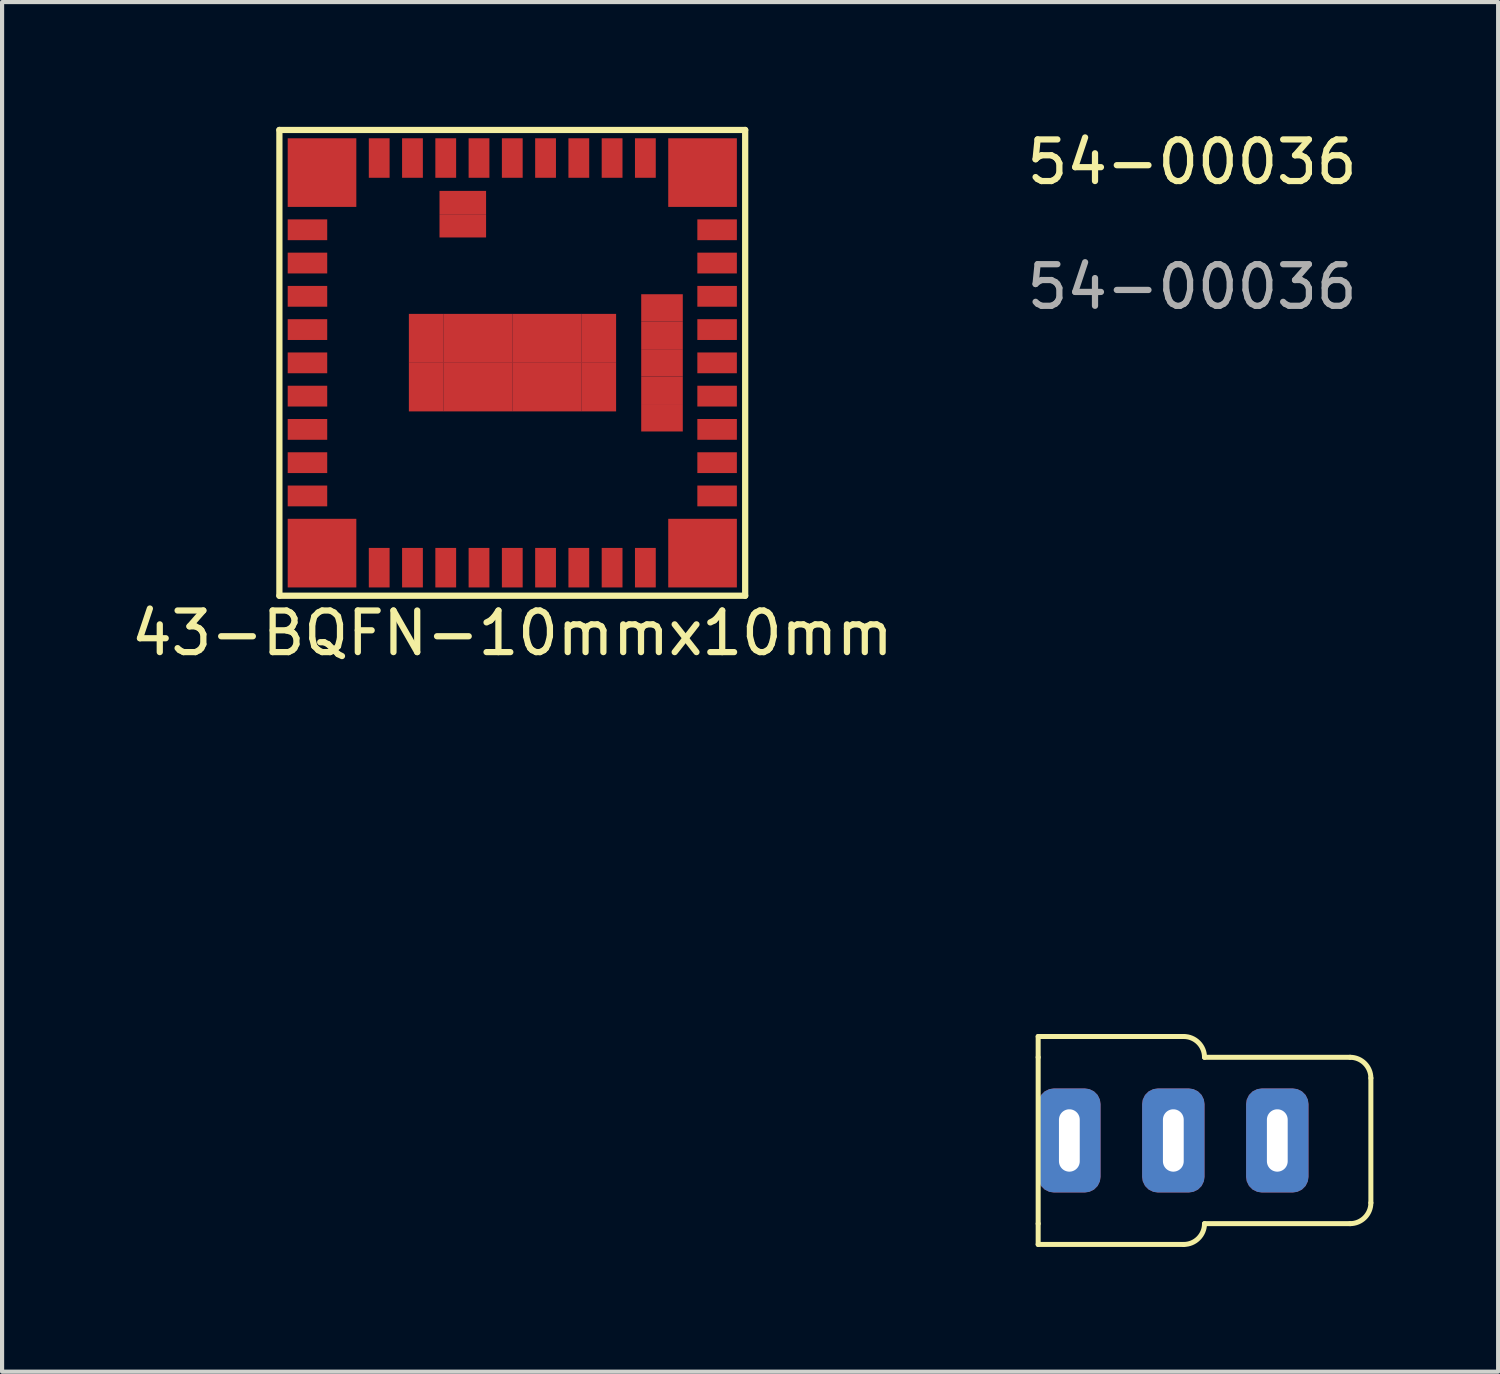
<source format=kicad_pcb>
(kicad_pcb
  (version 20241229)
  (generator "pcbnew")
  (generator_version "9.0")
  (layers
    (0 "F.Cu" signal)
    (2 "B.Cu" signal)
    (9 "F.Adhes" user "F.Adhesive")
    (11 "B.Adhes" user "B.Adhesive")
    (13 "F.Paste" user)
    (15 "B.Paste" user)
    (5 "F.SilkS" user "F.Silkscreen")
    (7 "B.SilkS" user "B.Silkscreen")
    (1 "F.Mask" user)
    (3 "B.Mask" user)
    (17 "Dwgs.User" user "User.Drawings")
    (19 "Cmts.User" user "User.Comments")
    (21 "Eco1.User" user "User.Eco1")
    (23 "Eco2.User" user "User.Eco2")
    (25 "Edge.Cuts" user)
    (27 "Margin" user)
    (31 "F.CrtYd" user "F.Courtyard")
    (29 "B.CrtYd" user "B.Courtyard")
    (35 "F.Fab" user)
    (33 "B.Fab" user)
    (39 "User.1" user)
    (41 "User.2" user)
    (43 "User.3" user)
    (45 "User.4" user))
  (footprint "43-BQFN-10mmx10mm"
    (layer "F.Cu")
    (at 9.268 5.675)
    (property "Reference" "43-BQFN-10mmx10mm" (at 0 6.5 0) (layer "F.SilkS") (effects (font (size 1 1) (thickness 0.15))))
    (attr through_hole)
    (fp_line (start -5.6 -5.6) (end -5.6 5.6) (stroke (width 0.15) (type solid)) (layer "F.SilkS"))
    (fp_line (start -5.6 5.6) (end 5.6 5.6) (stroke (width 0.15) (type solid)) (layer "F.SilkS"))
    (fp_line (start 5.6 -5.6) (end -5.6 -5.6) (stroke (width 0.15) (type solid)) (layer "F.SilkS"))
    (fp_line (start 5.6 5.6) (end 5.6 -5.6) (stroke (width 0.15) (type solid)) (layer "F.SilkS"))
    (pad "1" smd rect (at -4.575 4.575) (size 1.65 1.65) (layers "F.Cu" "F.Mask" "F.Paste"))
    (pad "2" smd rect (at -3.2 4.925) (size 0.5 0.95) (layers "F.Cu" "F.Mask" "F.Paste"))
    (pad "3" smd rect (at -2.4 4.925) (size 0.5 0.95) (layers "F.Cu" "F.Mask" "F.Paste"))
    (pad "4" smd rect (at -1.6 4.925) (size 0.5 0.95) (layers "F.Cu" "F.Mask" "F.Paste"))
    (pad "5" smd rect (at -0.8 4.925) (size 0.5 0.95) (layers "F.Cu" "F.Mask" "F.Paste"))
    (pad "6" smd rect (at 0 4.925) (size 0.5 0.95) (layers "F.Cu" "F.Mask" "F.Paste"))
    (pad "7" smd rect (at 0.8 4.925) (size 0.5 0.95) (layers "F.Cu" "F.Mask" "F.Paste"))
    (pad "8" smd rect (at 1.6 4.925) (size 0.5 0.95) (layers "F.Cu" "F.Mask" "F.Paste"))
    (pad "9" smd rect (at 2.4 4.925) (size 0.5 0.95) (layers "F.Cu" "F.Mask" "F.Paste"))
    (pad "10" smd rect (at 3.2 4.925) (size 0.5 0.95) (layers "F.Cu" "F.Mask" "F.Paste"))
    (pad "11" smd rect (at 4.575 4.575) (size 1.65 1.65) (layers "F.Cu" "F.Mask" "F.Paste"))
    (pad "12" smd rect (at 4.925 3.2 90) (size 0.5 0.95) (layers "F.Cu" "F.Mask" "F.Paste"))
    (pad "13" smd rect (at 4.925 2.4 90) (size 0.5 0.95) (layers "F.Cu" "F.Mask" "F.Paste"))
    (pad "14" smd rect (at 4.925 1.6 90) (size 0.5 0.95) (layers "F.Cu" "F.Mask" "F.Paste"))
    (pad "15" smd rect (at 4.925 0.8 90) (size 0.5 0.95) (layers "F.Cu" "F.Mask" "F.Paste"))
    (pad "16" smd rect (at 4.925 0 90) (size 0.5 0.95) (layers "F.Cu" "F.Mask" "F.Paste"))
    (pad "17" smd rect (at 4.925 -0.8 90) (size 0.5 0.95) (layers "F.Cu" "F.Mask" "F.Paste"))
    (pad "18" smd rect (at 4.925 -1.6 90) (size 0.5 0.95) (layers "F.Cu" "F.Mask" "F.Paste"))
    (pad "19" smd rect (at 4.925 -2.4 90) (size 0.5 0.95) (layers "F.Cu" "F.Mask" "F.Paste"))
    (pad "20" smd rect (at 4.925 -3.2 90) (size 0.5 0.95) (layers "F.Cu" "F.Mask" "F.Paste"))
    (pad "21" smd rect (at 4.575 -4.575) (size 1.65 1.65) (layers "F.Cu" "F.Mask" "F.Paste"))
    (pad "22" smd rect (at 3.2 -4.925) (size 0.5 0.95) (layers "F.Cu" "F.Mask" "F.Paste"))
    (pad "23" smd rect (at 2.4 -4.925) (size 0.5 0.95) (layers "F.Cu" "F.Mask" "F.Paste"))
    (pad "24" smd rect (at 1.6 -4.925) (size 0.5 0.95) (layers "F.Cu" "F.Mask" "F.Paste"))
    (pad "25" smd rect (at 0.8 -4.925) (size 0.5 0.95) (layers "F.Cu" "F.Mask" "F.Paste"))
    (pad "26" smd rect (at 0 -4.925) (size 0.5 0.95) (layers "F.Cu" "F.Mask" "F.Paste"))
    (pad "27" smd rect (at -0.8 -4.925) (size 0.5 0.95) (layers "F.Cu" "F.Mask" "F.Paste"))
    (pad "28" smd rect (at -1.6 -4.925) (size 0.5 0.95) (layers "F.Cu" "F.Mask" "F.Paste"))
    (pad "29" smd rect (at -2.4 -4.925) (size 0.5 0.95) (layers "F.Cu" "F.Mask" "F.Paste"))
    (pad "30" smd rect (at -3.2 -4.925) (size 0.5 0.95) (layers "F.Cu" "F.Mask" "F.Paste"))
    (pad "31" smd rect (at -4.575 -4.575) (size 1.65 1.65) (layers "F.Cu" "F.Mask" "F.Paste"))
    (pad "32" smd rect (at -4.925 -3.2 90) (size 0.5 0.95) (layers "F.Cu" "F.Mask" "F.Paste"))
    (pad "33" smd rect (at -4.925 -2.4 90) (size 0.5 0.95) (layers "F.Cu" "F.Mask" "F.Paste"))
    (pad "34" smd rect (at -4.925 -1.6 90) (size 0.5 0.95) (layers "F.Cu" "F.Mask" "F.Paste"))
    (pad "35" smd rect (at -4.925 -0.8 90) (size 0.5 0.95) (layers "F.Cu" "F.Mask" "F.Paste"))
    (pad "36" smd rect (at -4.925 0 90) (size 0.5 0.95) (layers "F.Cu" "F.Mask" "F.Paste"))
    (pad "37" smd rect (at -4.925 0.8 90) (size 0.5 0.95) (layers "F.Cu" "F.Mask" "F.Paste"))
    (pad "38" smd rect (at -4.925 1.6 90) (size 0.5 0.95) (layers "F.Cu" "F.Mask" "F.Paste"))
    (pad "39" smd rect (at -4.925 2.4 90) (size 0.5 0.95) (layers "F.Cu" "F.Mask" "F.Paste"))
    (pad "40" smd rect (at -4.925 3.2 90) (size 0.5 0.95) (layers "F.Cu" "F.Mask" "F.Paste"))
    (pad "41" smd rect (at -2.07 -0.59) (size 0.833 1.175) (layers "F.Cu" "F.Mask" "F.Paste"))
    (pad "41" smd rect (at -2.07 0.58) (size 0.833 1.175) (layers "F.Cu" "F.Mask" "F.Paste"))
    (pad "41" smd rect (at -1.24 -0.59) (size 0.833 1.175) (layers "F.Cu" "F.Mask" "F.Paste"))
    (pad "41" smd rect (at -1.24 0.58) (size 0.833 1.175) (layers "F.Cu" "F.Mask" "F.Paste"))
    (pad "41" smd rect (at -0.41 -0.59) (size 0.833 1.175) (layers "F.Cu" "F.Mask" "F.Paste"))
    (pad "41" smd rect (at -0.41 0.58) (size 0.833 1.175) (layers "F.Cu" "F.Mask" "F.Paste"))
    (pad "41" smd rect (at 0.42 -0.59) (size 0.833 1.175) (layers "F.Cu" "F.Mask" "F.Paste"))
    (pad "41" smd rect (at 0.42 0.58) (size 0.833 1.175) (layers "F.Cu" "F.Mask" "F.Paste"))
    (pad "41" smd rect (at 1.25 -0.59) (size 0.833 1.175) (layers "F.Cu" "F.Mask" "F.Paste"))
    (pad "41" smd rect (at 1.25 0.58) (size 0.833 1.175) (layers "F.Cu" "F.Mask" "F.Paste"))
    (pad "41" smd rect (at 2.08 -0.59) (size 0.833 1.175) (layers "F.Cu" "F.Mask" "F.Paste"))
    (pad "41" smd rect (at 2.08 0.58) (size 0.833 1.175) (layers "F.Cu" "F.Mask" "F.Paste"))
    (pad "42" smd rect (at -1.19 -3.855 90) (size 0.56 1.12) (layers "F.Cu" "F.Mask" "F.Paste"))
    (pad "42" smd rect (at -1.19 -3.295 90) (size 0.56 1.12) (layers "F.Cu" "F.Mask" "F.Paste"))
    (pad "43" smd rect (at 3.6 -1.32) (size 1 0.66) (layers "F.Cu" "F.Mask" "F.Paste"))
    (pad "43" smd rect (at 3.6 -0.66) (size 1 0.66) (layers "F.Cu" "F.Mask" "F.Paste"))
    (pad "43" smd rect (at 3.6 0) (size 1 0.66) (layers "F.Cu" "F.Mask" "F.Paste"))
    (pad "43" smd rect (at 3.6 0.66) (size 1 0.66) (layers "F.Cu" "F.Mask" "F.Paste"))
    (pad "43" smd rect (at 3.6 1.32) (size 1 0.66) (layers "F.Cu" "F.Mask" "F.Paste")))
  (footprint "54-00036"
    (layer "F.Cu")
    (at 25.163 24.373)
    (property "Reference" "54-00036" (at 0.45 -23.525 0) (unlocked yes) (layer "F.SilkS") (effects (font (size 1 1) (thickness 0.15))))
    (fp_line (start -3.25 -2.5) (end -3.25 -2) (stroke (width 0.12) (type solid)) (layer "F.SilkS"))
    (fp_line (start -3.25 -2) (end -3.25 2) (stroke (width 0.12) (type solid)) (layer "F.SilkS"))
    (fp_line (start -3.25 2.5) (end -3.25 2) (stroke (width 0.12) (type solid)) (layer "F.SilkS"))
    (fp_line (start 0.25 -2.5) (end -3.25 -2.5) (stroke (width 0.12) (type solid)) (layer "F.SilkS"))
    (fp_line (start 0.25 2.5) (end -3.25 2.5) (stroke (width 0.12) (type solid)) (layer "F.SilkS"))
    (fp_line (start 0.75 2) (end 4.25 2) (stroke (width 0.12) (type solid)) (layer "F.SilkS"))
    (fp_line (start 4.25 -2) (end 0.75 -2) (stroke (width 0.12) (type solid)) (layer "F.SilkS"))
    (fp_line (start 4.75 -1.5) (end 4.75 1.5) (stroke (width 0.12) (type solid)) (layer "F.SilkS"))
    (fp_arc (start 0.25 -2.5) (mid 0.603553 -2.353553) (end 0.75 -2) (stroke (width 0.12) (type solid)) (layer "F.SilkS"))
    (fp_arc (start 0.75 2) (mid 0.603553 2.353553) (end 0.25 2.5) (stroke (width 0.12) (type solid)) (layer "F.SilkS"))
    (fp_arc (start 4.25 -2) (mid 4.603553 -1.853553) (end 4.75 -1.5) (stroke (width 0.12) (type solid)) (layer "F.SilkS"))
    (fp_arc (start 4.75 1.5) (mid 4.603553 1.853553) (end 4.25 2) (stroke (width 0.12) (type solid)) (layer "F.SilkS"))
    (fp_text user "${REFERENCE}" (at 0.45 -20.525 0) (unlocked yes) (layer "F.Fab") (effects (font (size 1 1) (thickness 0.15))))
    (pad "1" thru_hole roundrect (at 2.5 0) (size 1.5 2.5) (drill oval 0.5 1.5) (layers "*.Cu" "*.Mask") (roundrect_rratio 0.25))
    (pad "2" thru_hole roundrect (at 0 0) (size 1.5 2.5) (drill oval 0.5 1.5) (layers "*.Cu" "*.Mask") (roundrect_rratio 0.25))
    (pad "3" thru_hole roundrect (at -2.5 0) (size 1.5 2.5) (drill oval 0.5 1.5) (layers "*.Cu" "*.Mask") (roundrect_rratio 0.25)))
  (gr_rect
    (start -3 -3)
    (end 32.973 29.933)
    (stroke (width 0.1) (type default))
    (fill no)
    (layer "Edge.Cuts")))
</source>
